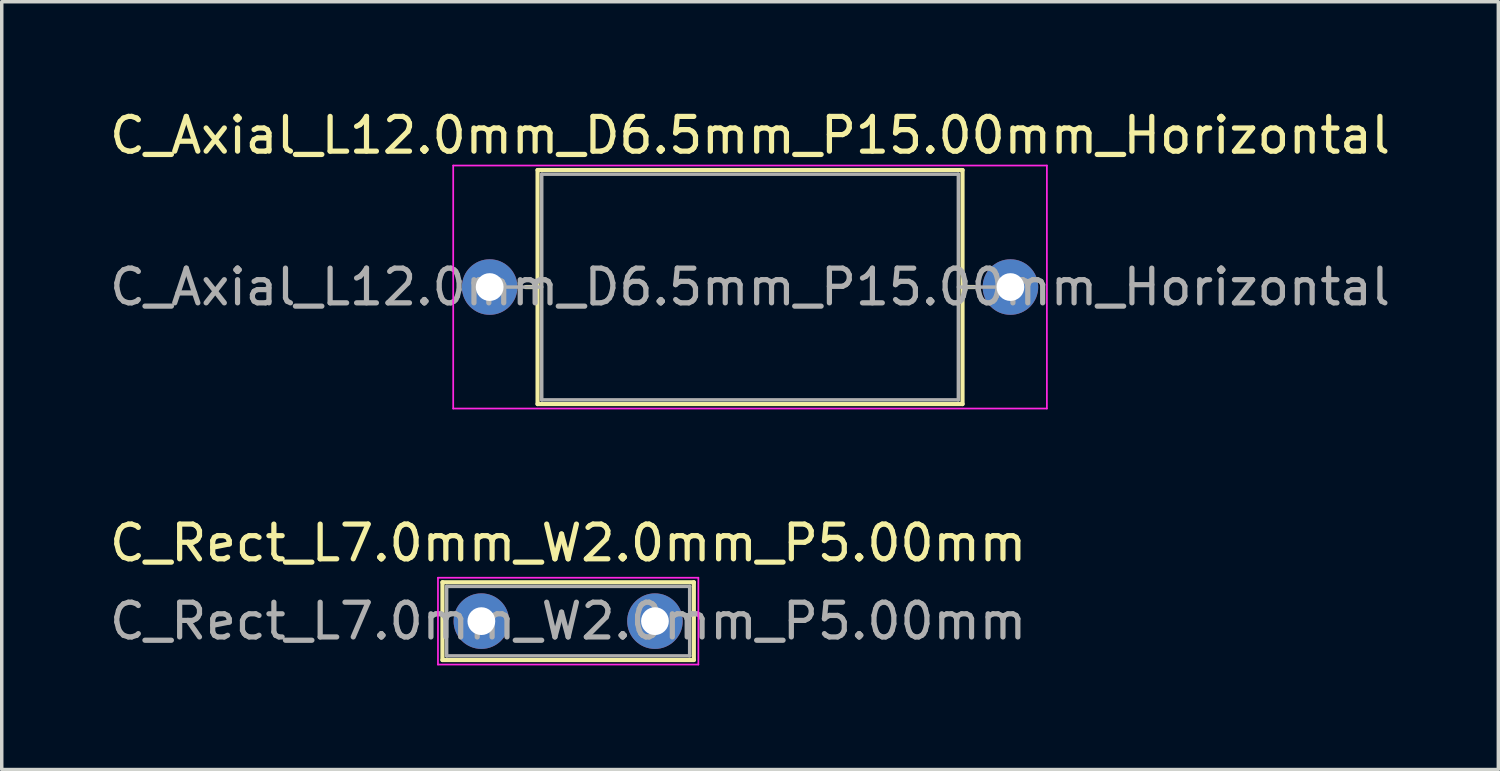
<source format=kicad_pcb>
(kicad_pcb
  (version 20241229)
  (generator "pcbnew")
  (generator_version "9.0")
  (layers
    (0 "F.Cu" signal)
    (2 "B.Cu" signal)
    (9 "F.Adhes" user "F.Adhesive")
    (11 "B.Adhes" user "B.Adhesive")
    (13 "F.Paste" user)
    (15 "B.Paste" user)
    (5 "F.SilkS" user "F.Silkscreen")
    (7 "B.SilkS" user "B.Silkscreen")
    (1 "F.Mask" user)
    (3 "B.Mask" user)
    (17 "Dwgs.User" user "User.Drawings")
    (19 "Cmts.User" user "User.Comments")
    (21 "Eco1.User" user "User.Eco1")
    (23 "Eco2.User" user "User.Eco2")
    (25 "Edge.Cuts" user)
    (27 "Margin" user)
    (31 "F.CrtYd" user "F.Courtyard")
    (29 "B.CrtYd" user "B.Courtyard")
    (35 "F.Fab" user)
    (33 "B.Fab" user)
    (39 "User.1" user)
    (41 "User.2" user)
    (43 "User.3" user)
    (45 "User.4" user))
  (footprint "C_Rect_L7.0mm_W2.0mm_P5.00mm"
    (layer "F.Cu")
    (at 10.815 14.841)
    (property "Reference" "C_Rect_L7.0mm_W2.0mm_P5.00mm" (at 2.5 -2.25 0) (layer "F.SilkS") (effects (font (size 1 1) (thickness 0.15))))
    (attr through_hole)
    (fp_line (start -1.12 -1.12) (end -1.12 1.12) (stroke (width 0.12) (type solid)) (layer "F.SilkS"))
    (fp_line (start -1.12 -1.12) (end 6.12 -1.12) (stroke (width 0.12) (type solid)) (layer "F.SilkS"))
    (fp_line (start -1.12 1.12) (end 6.12 1.12) (stroke (width 0.12) (type solid)) (layer "F.SilkS"))
    (fp_line (start 6.12 -1.12) (end 6.12 1.12) (stroke (width 0.12) (type solid)) (layer "F.SilkS"))
    (fp_line (start -1.25 -1.25) (end -1.25 1.25) (stroke (width 0.05) (type solid)) (layer "F.CrtYd"))
    (fp_line (start -1.25 1.25) (end 6.25 1.25) (stroke (width 0.05) (type solid)) (layer "F.CrtYd"))
    (fp_line (start 6.25 -1.25) (end -1.25 -1.25) (stroke (width 0.05) (type solid)) (layer "F.CrtYd"))
    (fp_line (start 6.25 1.25) (end 6.25 -1.25) (stroke (width 0.05) (type solid)) (layer "F.CrtYd"))
    (fp_line (start -1 -1) (end -1 1) (stroke (width 0.1) (type solid)) (layer "F.Fab"))
    (fp_line (start -1 1) (end 6 1) (stroke (width 0.1) (type solid)) (layer "F.Fab"))
    (fp_line (start 6 -1) (end -1 -1) (stroke (width 0.1) (type solid)) (layer "F.Fab"))
    (fp_line (start 6 1) (end 6 -1) (stroke (width 0.1) (type solid)) (layer "F.Fab"))
    (fp_text user "${REFERENCE}" (at 2.5 0 0) (layer "F.Fab") (effects (font (size 1 1) (thickness 0.15))))
    (pad "1" thru_hole circle (at 0 0) (size 1.6 1.6) (drill 0.8) (layers "*.Cu" "*.Mask"))
    (pad "2" thru_hole circle (at 5 0) (size 1.6 1.6) (drill 0.8) (layers "*.Cu" "*.Mask")))
  (footprint "C_Axial_L12.0mm_D6.5mm_P15.00mm_Horizontal"
    (layer "F.Cu")
    (at 11.054 5.218)
    (property "Reference" "C_Axial_L12.0mm_D6.5mm_P15.00mm_Horizontal" (at 7.5 -4.37 0) (layer "F.SilkS") (effects (font (size 1 1) (thickness 0.15))))
    (attr through_hole)
    (fp_line (start 1.04 0) (end 1.38 0) (stroke (width 0.12) (type solid)) (layer "F.SilkS"))
    (fp_line (start 1.38 -3.37) (end 1.38 3.37) (stroke (width 0.12) (type solid)) (layer "F.SilkS"))
    (fp_line (start 1.38 3.37) (end 13.62 3.37) (stroke (width 0.12) (type solid)) (layer "F.SilkS"))
    (fp_line (start 13.62 -3.37) (end 1.38 -3.37) (stroke (width 0.12) (type solid)) (layer "F.SilkS"))
    (fp_line (start 13.62 3.37) (end 13.62 -3.37) (stroke (width 0.12) (type solid)) (layer "F.SilkS"))
    (fp_line (start 13.96 0) (end 13.62 0) (stroke (width 0.12) (type solid)) (layer "F.SilkS"))
    (fp_line (start -1.05 -3.5) (end -1.05 3.5) (stroke (width 0.05) (type solid)) (layer "F.CrtYd"))
    (fp_line (start -1.05 3.5) (end 16.05 3.5) (stroke (width 0.05) (type solid)) (layer "F.CrtYd"))
    (fp_line (start 16.05 -3.5) (end -1.05 -3.5) (stroke (width 0.05) (type solid)) (layer "F.CrtYd"))
    (fp_line (start 16.05 3.5) (end 16.05 -3.5) (stroke (width 0.05) (type solid)) (layer "F.CrtYd"))
    (fp_line (start 0 0) (end 1.5 0) (stroke (width 0.1) (type solid)) (layer "F.Fab"))
    (fp_line (start 1.5 -3.25) (end 1.5 3.25) (stroke (width 0.1) (type solid)) (layer "F.Fab"))
    (fp_line (start 1.5 3.25) (end 13.5 3.25) (stroke (width 0.1) (type solid)) (layer "F.Fab"))
    (fp_line (start 13.5 -3.25) (end 1.5 -3.25) (stroke (width 0.1) (type solid)) (layer "F.Fab"))
    (fp_line (start 13.5 3.25) (end 13.5 -3.25) (stroke (width 0.1) (type solid)) (layer "F.Fab"))
    (fp_line (start 15 0) (end 13.5 0) (stroke (width 0.1) (type solid)) (layer "F.Fab"))
    (fp_text user "${REFERENCE}" (at 7.5 0 0) (layer "F.Fab") (effects (font (size 1 1) (thickness 0.15))))
    (pad "1" thru_hole circle (at 0 0) (size 1.6 1.6) (drill 0.8) (layers "*.Cu" "*.Mask"))
    (pad "2" thru_hole oval (at 15 0) (size 1.6 1.6) (drill 0.8) (layers "*.Cu" "*.Mask")))
  (gr_rect
    (start -3 -3)
    (end 40.107 19.116)
    (stroke (width 0.1) (type default))
    (fill no)
    (layer "Edge.Cuts")))
</source>
